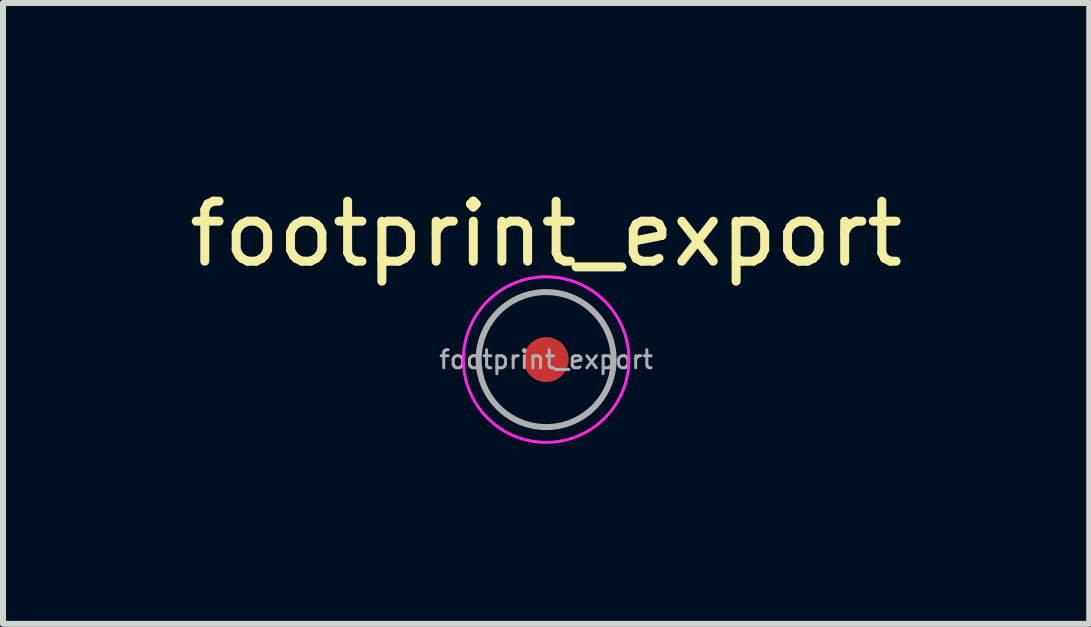
<source format=kicad_pcb>
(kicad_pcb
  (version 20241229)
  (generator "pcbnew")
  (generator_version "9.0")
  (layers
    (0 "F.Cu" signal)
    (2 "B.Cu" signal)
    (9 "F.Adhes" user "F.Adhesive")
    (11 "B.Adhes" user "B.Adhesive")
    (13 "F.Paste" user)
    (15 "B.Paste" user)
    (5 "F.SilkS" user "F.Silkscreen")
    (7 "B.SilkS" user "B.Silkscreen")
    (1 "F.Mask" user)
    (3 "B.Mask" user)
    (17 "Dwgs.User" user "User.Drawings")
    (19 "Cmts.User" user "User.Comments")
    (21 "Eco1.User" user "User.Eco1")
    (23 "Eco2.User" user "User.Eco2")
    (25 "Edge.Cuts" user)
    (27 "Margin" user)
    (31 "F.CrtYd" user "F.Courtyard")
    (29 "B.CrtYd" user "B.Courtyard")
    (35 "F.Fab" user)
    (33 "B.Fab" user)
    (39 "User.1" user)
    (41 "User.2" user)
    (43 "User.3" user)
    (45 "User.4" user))
  (footprint "footprint_export"
    (layer "F.Cu")
    (at 6.054 2.944)
    (property "Reference" "footprint_export" (at 0 -2.095 0) (layer "F.SilkS") (effects (font (size 1 1) (thickness 0.15))))
    (attr smd)
    (fp_circle (center 0 0) (end 1.38 0) (stroke (width 0.05) (type solid)) (fill no) (layer "F.CrtYd"))
    (fp_circle (center 0 0) (end 1.125 0) (stroke (width 0.1) (type solid)) (fill no) (layer "F.Fab"))
    (fp_text user "${REFERENCE}" (at 0 0 0) (layer "F.Fab") (effects (font (size 0.3 0.3) (thickness 0.05))))
    (pad "" smd circle (at 0 0) (size 0.75 0.75) (layers "F.Cu" "F.Mask")))
  (gr_rect
    (start -3 -3)
    (end 15.107 7.349)
    (stroke (width 0.1) (type default))
    (fill no)
    (layer "Edge.Cuts")))
</source>
